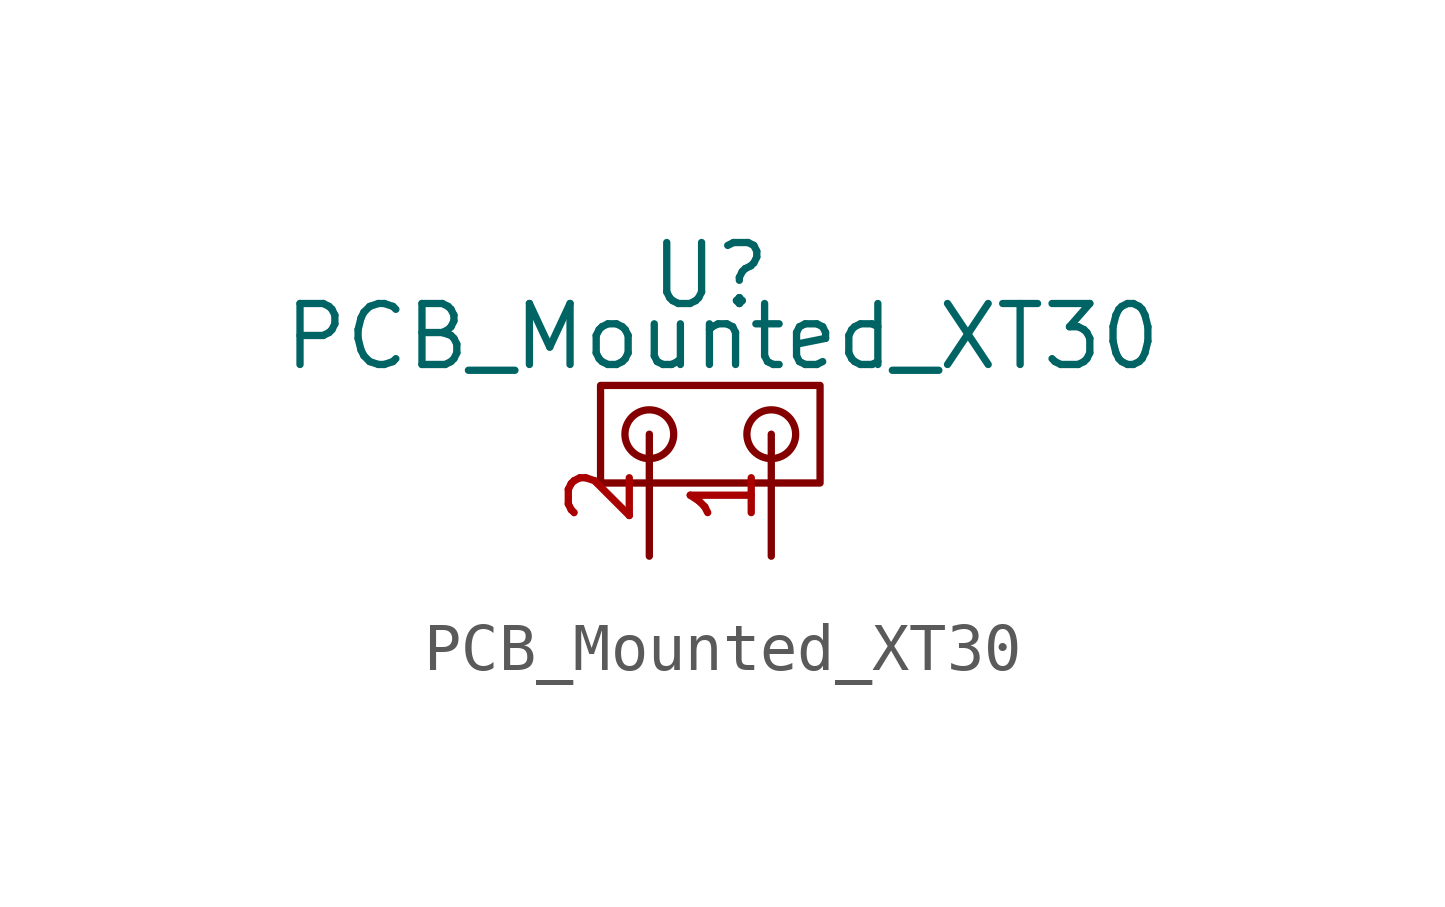
<source format=kicad_sym>
(kicad_symbol_lib
  (version 20211014)
  (generator kicad_symbol_editor)
  (symbol "PCB_Mounted_XT30"
    (property "Reference" "U"
      (at 0 2.032 0)
      (effects (font (size 1.27 1.27))))
    (property "Value" "PCB_Mounted_XT30"
      (at 0.254 0.762 0)
      (effects (font (size 1.27 1.27))))
    (symbol "PCB_Mounted_XT30_0_1"
      (rectangle (start -2.286 -0.254) (end 2.286 -2.286) (stroke (width 0.152) (type default) (color 0 0 0 0)) (fill (type none)))
      (circle (center -1.27 -1.27) (radius 0.508) (stroke (width 0.152) (type default) (color 0 0 0 0)) (fill (type none)))
      (circle (center 1.27 -1.27) (radius 0.508) (stroke (width 0.152) (type default) (color 0 0 0 0)) (fill (type none))))
    (symbol "PCB_Mounted_XT30_1_1"
      (pin power_out line (at 1.27 -3.81 90) (length 2.54) (name "" (effects (font (size 1.27 1.27)))) (number "1" (effects (font (size 1.27 1.27)))))
      (pin power_out line (at -1.27 -3.81 90) (length 2.54) (name "" (effects (font (size 1.27 1.27)))) (number "2" (effects (font (size 1.27 1.27))))))))
</source>
